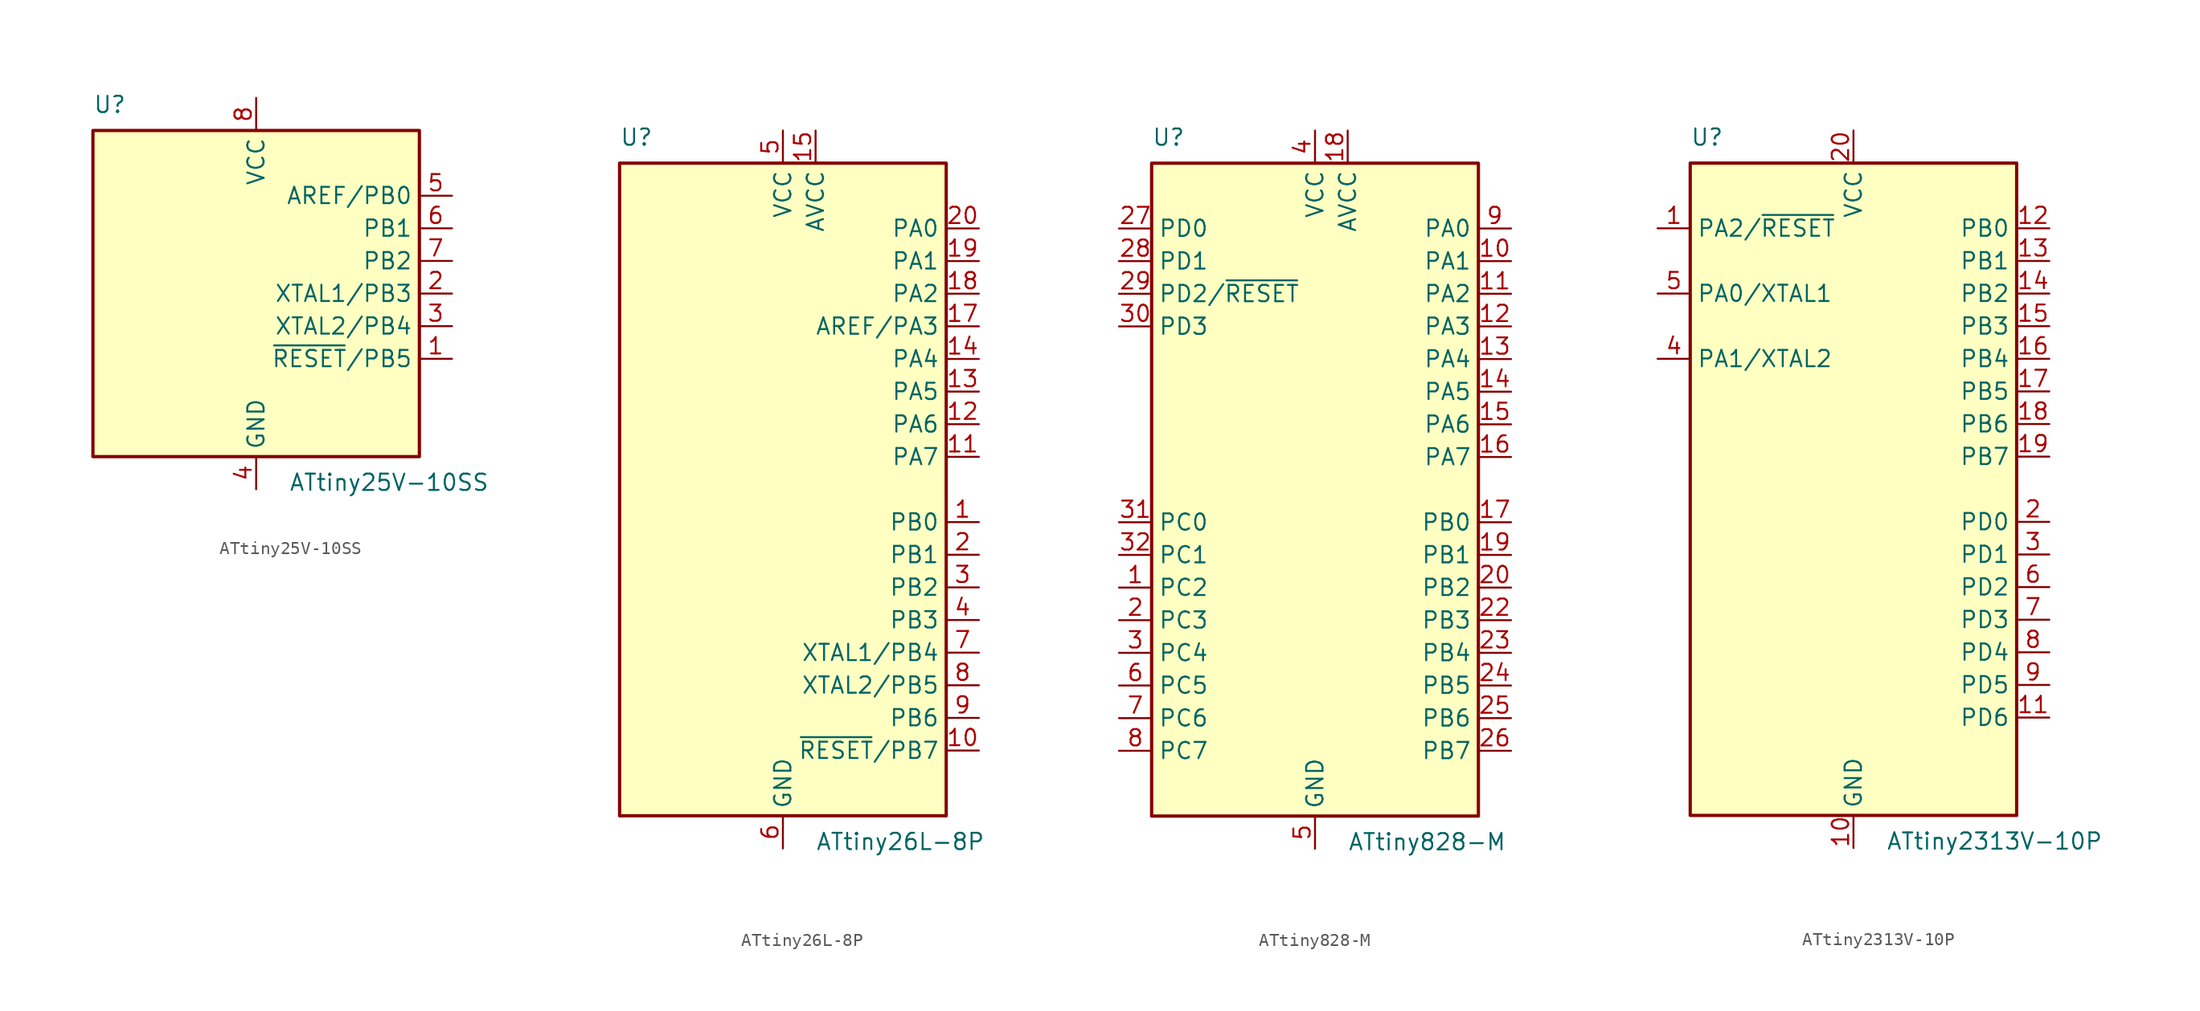
<source format=kicad_sym>
(kicad_symbol_lib
  (version 20220914)
  (generator kicad_symbol_editor)
  (symbol "ATtiny25V-10SS"
    (property "Reference" "U"
      (at -12.7 13.97 0)
      (effects (font (size 1.27 1.27)) (justify left bottom)))
    (property "Value" "ATtiny25V-10SS"
      (at 2.54 -13.97 0)
      (effects (font (size 1.27 1.27)) (justify left top)))
    (symbol "ATtiny25V-10SS_0_1"
      (rectangle (start -12.7 -12.7) (end 12.7 12.7) (stroke (width 0.254) (type default)) (fill (type background))))
    (symbol "ATtiny25V-10SS_1_1"
      (pin bidirectional line (at 15.24 -5.08 180) (length 2.54) (name "~{RESET}/PB5" (effects (font (size 1.27 1.27)))) (number "1" (effects (font (size 1.27 1.27)))))
      (pin bidirectional line (at 15.24 0 180) (length 2.54) (name "XTAL1/PB3" (effects (font (size 1.27 1.27)))) (number "2" (effects (font (size 1.27 1.27)))))
      (pin bidirectional line (at 15.24 -2.54 180) (length 2.54) (name "XTAL2/PB4" (effects (font (size 1.27 1.27)))) (number "3" (effects (font (size 1.27 1.27)))))
      (pin power_in line (at 0 -15.24 90) (length 2.54) (name "GND" (effects (font (size 1.27 1.27)))) (number "4" (effects (font (size 1.27 1.27)))))
      (pin bidirectional line (at 15.24 7.62 180) (length 2.54) (name "AREF/PB0" (effects (font (size 1.27 1.27)))) (number "5" (effects (font (size 1.27 1.27)))))
      (pin bidirectional line (at 15.24 5.08 180) (length 2.54) (name "PB1" (effects (font (size 1.27 1.27)))) (number "6" (effects (font (size 1.27 1.27)))))
      (pin bidirectional line (at 15.24 2.54 180) (length 2.54) (name "PB2" (effects (font (size 1.27 1.27)))) (number "7" (effects (font (size 1.27 1.27)))))
      (pin power_in line (at 0 15.24 270) (length 2.54) (name "VCC" (effects (font (size 1.27 1.27)))) (number "8" (effects (font (size 1.27 1.27)))))))
  (symbol "ATtiny26L-8P"
    (property "Reference" "U"
      (at -12.7 26.67 0)
      (effects (font (size 1.27 1.27)) (justify left bottom)))
    (property "Value" "ATtiny26L-8P"
      (at 2.54 -26.67 0)
      (effects (font (size 1.27 1.27)) (justify left top)))
    (symbol "ATtiny26L-8P_0_1"
      (rectangle (start -12.7 -25.4) (end 12.7 25.4) (stroke (width 0.254) (type default)) (fill (type background))))
    (symbol "ATtiny26L-8P_1_1"
      (pin bidirectional line (at 15.24 -2.54 180) (length 2.54) (name "PB0" (effects (font (size 1.27 1.27)))) (number "1" (effects (font (size 1.27 1.27)))))
      (pin bidirectional line (at 15.24 -20.32 180) (length 2.54) (name "~{RESET}/PB7" (effects (font (size 1.27 1.27)))) (number "10" (effects (font (size 1.27 1.27)))))
      (pin bidirectional line (at 15.24 2.54 180) (length 2.54) (name "PA7" (effects (font (size 1.27 1.27)))) (number "11" (effects (font (size 1.27 1.27)))))
      (pin bidirectional line (at 15.24 5.08 180) (length 2.54) (name "PA6" (effects (font (size 1.27 1.27)))) (number "12" (effects (font (size 1.27 1.27)))))
      (pin bidirectional line (at 15.24 7.62 180) (length 2.54) (name "PA5" (effects (font (size 1.27 1.27)))) (number "13" (effects (font (size 1.27 1.27)))))
      (pin bidirectional line (at 15.24 10.16 180) (length 2.54) (name "PA4" (effects (font (size 1.27 1.27)))) (number "14" (effects (font (size 1.27 1.27)))))
      (pin power_in line (at 2.54 27.94 270) (length 2.54) (name "AVCC" (effects (font (size 1.27 1.27)))) (number "15" (effects (font (size 1.27 1.27)))))
      (pin passive line (at 0 -27.94 90) (length 2.54) hide (name "GND" (effects (font (size 1.27 1.27)))) (number "16" (effects (font (size 1.27 1.27)))))
      (pin bidirectional line (at 15.24 12.7 180) (length 2.54) (name "AREF/PA3" (effects (font (size 1.27 1.27)))) (number "17" (effects (font (size 1.27 1.27)))))
      (pin bidirectional line (at 15.24 15.24 180) (length 2.54) (name "PA2" (effects (font (size 1.27 1.27)))) (number "18" (effects (font (size 1.27 1.27)))))
      (pin bidirectional line (at 15.24 17.78 180) (length 2.54) (name "PA1" (effects (font (size 1.27 1.27)))) (number "19" (effects (font (size 1.27 1.27)))))
      (pin bidirectional line (at 15.24 -5.08 180) (length 2.54) (name "PB1" (effects (font (size 1.27 1.27)))) (number "2" (effects (font (size 1.27 1.27)))))
      (pin bidirectional line (at 15.24 20.32 180) (length 2.54) (name "PA0" (effects (font (size 1.27 1.27)))) (number "20" (effects (font (size 1.27 1.27)))))
      (pin bidirectional line (at 15.24 -7.62 180) (length 2.54) (name "PB2" (effects (font (size 1.27 1.27)))) (number "3" (effects (font (size 1.27 1.27)))))
      (pin bidirectional line (at 15.24 -10.16 180) (length 2.54) (name "PB3" (effects (font (size 1.27 1.27)))) (number "4" (effects (font (size 1.27 1.27)))))
      (pin power_in line (at 0 27.94 270) (length 2.54) (name "VCC" (effects (font (size 1.27 1.27)))) (number "5" (effects (font (size 1.27 1.27)))))
      (pin power_in line (at 0 -27.94 90) (length 2.54) (name "GND" (effects (font (size 1.27 1.27)))) (number "6" (effects (font (size 1.27 1.27)))))
      (pin bidirectional line (at 15.24 -12.7 180) (length 2.54) (name "XTAL1/PB4" (effects (font (size 1.27 1.27)))) (number "7" (effects (font (size 1.27 1.27)))))
      (pin bidirectional line (at 15.24 -15.24 180) (length 2.54) (name "XTAL2/PB5" (effects (font (size 1.27 1.27)))) (number "8" (effects (font (size 1.27 1.27)))))
      (pin bidirectional line (at 15.24 -17.78 180) (length 2.54) (name "PB6" (effects (font (size 1.27 1.27)))) (number "9" (effects (font (size 1.27 1.27)))))))
  (symbol "ATtiny828-M"
    (property "Reference" "U"
      (at -12.7 26.67 0)
      (effects (font (size 1.27 1.27)) (justify left bottom)))
    (property "Value" "ATtiny828-M"
      (at 2.54 -26.67 0)
      (effects (font (size 1.27 1.27)) (justify left top)))
    (symbol "ATtiny828-M_0_1"
      (rectangle (start -12.7 -25.4) (end 12.7 25.4) (stroke (width 0.254) (type default)) (fill (type background))))
    (symbol "ATtiny828-M_1_1"
      (pin bidirectional line (at -15.24 -7.62 0) (length 2.54) (name "PC2" (effects (font (size 1.27 1.27)))) (number "1" (effects (font (size 1.27 1.27)))))
      (pin bidirectional line (at 15.24 17.78 180) (length 2.54) (name "PA1" (effects (font (size 1.27 1.27)))) (number "10" (effects (font (size 1.27 1.27)))))
      (pin bidirectional line (at 15.24 15.24 180) (length 2.54) (name "PA2" (effects (font (size 1.27 1.27)))) (number "11" (effects (font (size 1.27 1.27)))))
      (pin bidirectional line (at 15.24 12.7 180) (length 2.54) (name "PA3" (effects (font (size 1.27 1.27)))) (number "12" (effects (font (size 1.27 1.27)))))
      (pin bidirectional line (at 15.24 10.16 180) (length 2.54) (name "PA4" (effects (font (size 1.27 1.27)))) (number "13" (effects (font (size 1.27 1.27)))))
      (pin bidirectional line (at 15.24 7.62 180) (length 2.54) (name "PA5" (effects (font (size 1.27 1.27)))) (number "14" (effects (font (size 1.27 1.27)))))
      (pin bidirectional line (at 15.24 5.08 180) (length 2.54) (name "PA6" (effects (font (size 1.27 1.27)))) (number "15" (effects (font (size 1.27 1.27)))))
      (pin bidirectional line (at 15.24 2.54 180) (length 2.54) (name "PA7" (effects (font (size 1.27 1.27)))) (number "16" (effects (font (size 1.27 1.27)))))
      (pin bidirectional line (at 15.24 -2.54 180) (length 2.54) (name "PB0" (effects (font (size 1.27 1.27)))) (number "17" (effects (font (size 1.27 1.27)))))
      (pin power_in line (at 2.54 27.94 270) (length 2.54) (name "AVCC" (effects (font (size 1.27 1.27)))) (number "18" (effects (font (size 1.27 1.27)))))
      (pin bidirectional line (at 15.24 -5.08 180) (length 2.54) (name "PB1" (effects (font (size 1.27 1.27)))) (number "19" (effects (font (size 1.27 1.27)))))
      (pin bidirectional line (at -15.24 -10.16 0) (length 2.54) (name "PC3" (effects (font (size 1.27 1.27)))) (number "2" (effects (font (size 1.27 1.27)))))
      (pin bidirectional line (at 15.24 -7.62 180) (length 2.54) (name "PB2" (effects (font (size 1.27 1.27)))) (number "20" (effects (font (size 1.27 1.27)))))
      (pin passive line (at 0 -27.94 90) (length 2.54) hide (name "GND" (effects (font (size 1.27 1.27)))) (number "21" (effects (font (size 1.27 1.27)))))
      (pin bidirectional line (at 15.24 -10.16 180) (length 2.54) (name "PB3" (effects (font (size 1.27 1.27)))) (number "22" (effects (font (size 1.27 1.27)))))
      (pin bidirectional line (at 15.24 -12.7 180) (length 2.54) (name "PB4" (effects (font (size 1.27 1.27)))) (number "23" (effects (font (size 1.27 1.27)))))
      (pin bidirectional line (at 15.24 -15.24 180) (length 2.54) (name "PB5" (effects (font (size 1.27 1.27)))) (number "24" (effects (font (size 1.27 1.27)))))
      (pin bidirectional line (at 15.24 -17.78 180) (length 2.54) (name "PB6" (effects (font (size 1.27 1.27)))) (number "25" (effects (font (size 1.27 1.27)))))
      (pin bidirectional line (at 15.24 -20.32 180) (length 2.54) (name "PB7" (effects (font (size 1.27 1.27)))) (number "26" (effects (font (size 1.27 1.27)))))
      (pin bidirectional line (at -15.24 20.32 0) (length 2.54) (name "PD0" (effects (font (size 1.27 1.27)))) (number "27" (effects (font (size 1.27 1.27)))))
      (pin bidirectional line (at -15.24 17.78 0) (length 2.54) (name "PD1" (effects (font (size 1.27 1.27)))) (number "28" (effects (font (size 1.27 1.27)))))
      (pin bidirectional line (at -15.24 15.24 0) (length 2.54) (name "PD2/~{RESET}" (effects (font (size 1.27 1.27)))) (number "29" (effects (font (size 1.27 1.27)))))
      (pin bidirectional line (at -15.24 -12.7 0) (length 2.54) (name "PC4" (effects (font (size 1.27 1.27)))) (number "3" (effects (font (size 1.27 1.27)))))
      (pin bidirectional line (at -15.24 12.7 0) (length 2.54) (name "PD3" (effects (font (size 1.27 1.27)))) (number "30" (effects (font (size 1.27 1.27)))))
      (pin bidirectional line (at -15.24 -2.54 0) (length 2.54) (name "PC0" (effects (font (size 1.27 1.27)))) (number "31" (effects (font (size 1.27 1.27)))))
      (pin bidirectional line (at -15.24 -5.08 0) (length 2.54) (name "PC1" (effects (font (size 1.27 1.27)))) (number "32" (effects (font (size 1.27 1.27)))))
      (pin passive line (at 0 -27.94 90) (length 2.54) hide (name "GND" (effects (font (size 1.27 1.27)))) (number "33" (effects (font (size 1.27 1.27)))))
      (pin power_in line (at 0 27.94 270) (length 2.54) (name "VCC" (effects (font (size 1.27 1.27)))) (number "4" (effects (font (size 1.27 1.27)))))
      (pin power_in line (at 0 -27.94 90) (length 2.54) (name "GND" (effects (font (size 1.27 1.27)))) (number "5" (effects (font (size 1.27 1.27)))))
      (pin bidirectional line (at -15.24 -15.24 0) (length 2.54) (name "PC5" (effects (font (size 1.27 1.27)))) (number "6" (effects (font (size 1.27 1.27)))))
      (pin bidirectional line (at -15.24 -17.78 0) (length 2.54) (name "PC6" (effects (font (size 1.27 1.27)))) (number "7" (effects (font (size 1.27 1.27)))))
      (pin bidirectional line (at -15.24 -20.32 0) (length 2.54) (name "PC7" (effects (font (size 1.27 1.27)))) (number "8" (effects (font (size 1.27 1.27)))))
      (pin bidirectional line (at 15.24 20.32 180) (length 2.54) (name "PA0" (effects (font (size 1.27 1.27)))) (number "9" (effects (font (size 1.27 1.27)))))))
  (symbol "ATtiny2313V-10P"
    (property "Reference" "U"
      (at -12.7 26.67 0)
      (effects (font (size 1.27 1.27)) (justify left bottom)))
    (property "Value" "ATtiny2313V-10P"
      (at 2.54 -26.67 0)
      (effects (font (size 1.27 1.27)) (justify left top)))
    (symbol "ATtiny2313V-10P_0_1"
      (rectangle (start -12.7 -25.4) (end 12.7 25.4) (stroke (width 0.254) (type default)) (fill (type background))))
    (symbol "ATtiny2313V-10P_1_1"
      (pin bidirectional line (at -15.24 20.32 0) (length 2.54) (name "PA2/~{RESET}" (effects (font (size 1.27 1.27)))) (number "1" (effects (font (size 1.27 1.27)))))
      (pin power_in line (at 0 -27.94 90) (length 2.54) (name "GND" (effects (font (size 1.27 1.27)))) (number "10" (effects (font (size 1.27 1.27)))))
      (pin bidirectional line (at 15.24 -17.78 180) (length 2.54) (name "PD6" (effects (font (size 1.27 1.27)))) (number "11" (effects (font (size 1.27 1.27)))))
      (pin bidirectional line (at 15.24 20.32 180) (length 2.54) (name "PB0" (effects (font (size 1.27 1.27)))) (number "12" (effects (font (size 1.27 1.27)))))
      (pin bidirectional line (at 15.24 17.78 180) (length 2.54) (name "PB1" (effects (font (size 1.27 1.27)))) (number "13" (effects (font (size 1.27 1.27)))))
      (pin bidirectional line (at 15.24 15.24 180) (length 2.54) (name "PB2" (effects (font (size 1.27 1.27)))) (number "14" (effects (font (size 1.27 1.27)))))
      (pin bidirectional line (at 15.24 12.7 180) (length 2.54) (name "PB3" (effects (font (size 1.27 1.27)))) (number "15" (effects (font (size 1.27 1.27)))))
      (pin bidirectional line (at 15.24 10.16 180) (length 2.54) (name "PB4" (effects (font (size 1.27 1.27)))) (number "16" (effects (font (size 1.27 1.27)))))
      (pin bidirectional line (at 15.24 7.62 180) (length 2.54) (name "PB5" (effects (font (size 1.27 1.27)))) (number "17" (effects (font (size 1.27 1.27)))))
      (pin bidirectional line (at 15.24 5.08 180) (length 2.54) (name "PB6" (effects (font (size 1.27 1.27)))) (number "18" (effects (font (size 1.27 1.27)))))
      (pin bidirectional line (at 15.24 2.54 180) (length 2.54) (name "PB7" (effects (font (size 1.27 1.27)))) (number "19" (effects (font (size 1.27 1.27)))))
      (pin bidirectional line (at 15.24 -2.54 180) (length 2.54) (name "PD0" (effects (font (size 1.27 1.27)))) (number "2" (effects (font (size 1.27 1.27)))))
      (pin power_in line (at 0 27.94 270) (length 2.54) (name "VCC" (effects (font (size 1.27 1.27)))) (number "20" (effects (font (size 1.27 1.27)))))
      (pin bidirectional line (at 15.24 -5.08 180) (length 2.54) (name "PD1" (effects (font (size 1.27 1.27)))) (number "3" (effects (font (size 1.27 1.27)))))
      (pin bidirectional line (at -15.24 10.16 0) (length 2.54) (name "PA1/XTAL2" (effects (font (size 1.27 1.27)))) (number "4" (effects (font (size 1.27 1.27)))))
      (pin bidirectional line (at -15.24 15.24 0) (length 2.54) (name "PA0/XTAL1" (effects (font (size 1.27 1.27)))) (number "5" (effects (font (size 1.27 1.27)))))
      (pin bidirectional line (at 15.24 -7.62 180) (length 2.54) (name "PD2" (effects (font (size 1.27 1.27)))) (number "6" (effects (font (size 1.27 1.27)))))
      (pin bidirectional line (at 15.24 -10.16 180) (length 2.54) (name "PD3" (effects (font (size 1.27 1.27)))) (number "7" (effects (font (size 1.27 1.27)))))
      (pin bidirectional line (at 15.24 -12.7 180) (length 2.54) (name "PD4" (effects (font (size 1.27 1.27)))) (number "8" (effects (font (size 1.27 1.27)))))
      (pin bidirectional line (at 15.24 -15.24 180) (length 2.54) (name "PD5" (effects (font (size 1.27 1.27)))) (number "9" (effects (font (size 1.27 1.27))))))))
</source>
